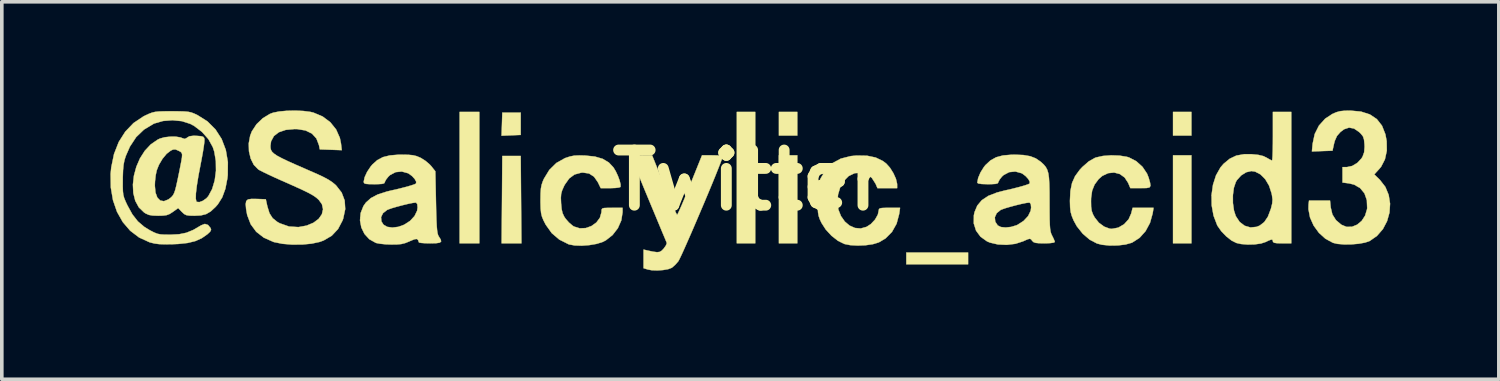
<source format=kicad_pcb>
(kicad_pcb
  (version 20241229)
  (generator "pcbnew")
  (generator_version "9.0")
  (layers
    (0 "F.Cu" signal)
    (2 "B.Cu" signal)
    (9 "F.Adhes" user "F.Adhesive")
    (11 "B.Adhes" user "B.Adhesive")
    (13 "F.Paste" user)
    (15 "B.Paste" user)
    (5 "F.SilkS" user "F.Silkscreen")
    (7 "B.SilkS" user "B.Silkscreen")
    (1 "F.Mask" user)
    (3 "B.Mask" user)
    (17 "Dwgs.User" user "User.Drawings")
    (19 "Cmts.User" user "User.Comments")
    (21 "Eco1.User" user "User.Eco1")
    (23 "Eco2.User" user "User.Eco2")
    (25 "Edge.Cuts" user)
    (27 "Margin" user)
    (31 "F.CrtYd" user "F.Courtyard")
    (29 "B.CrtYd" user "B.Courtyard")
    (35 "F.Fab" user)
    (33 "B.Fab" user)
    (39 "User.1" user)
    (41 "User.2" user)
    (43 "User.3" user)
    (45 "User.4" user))
  (footprint "Twitter"
    (layer "F.Cu")
    (at 17.627 1.928)
    (property "Reference" "Twitter" (at 0 0 0) (layer "F.SilkS") (effects (font (size 1.524 1.524) (thickness 0.3))))
    (attr through_hole)
    (fp_poly (pts (xy -7.439 1.742) (xy -7.983 1.742) (xy -7.983 -1.887) (xy -7.439 -1.887) (xy -7.439 1.742)) (stroke (width 0.01) (type solid)) (fill yes) (layer "F.SilkS"))
    (fp_poly (pts (xy 0.181 1.742) (xy -0.327 1.742) (xy -0.327 -1.887) (xy 0.181 -1.887) (xy 0.181 1.742)) (stroke (width 0.01) (type solid)) (fill yes) (layer "F.SilkS"))
    (fp_poly (pts (xy 1.343 -1.234) (xy 0.835 -1.234) (xy 0.835 -1.887) (xy 1.343 -1.887) (xy 1.343 -1.234)) (stroke (width 0.01) (type solid)) (fill yes) (layer "F.SilkS"))
    (fp_poly (pts (xy 1.343 1.742) (xy 0.835 1.742) (xy 0.835 -0.689) (xy 1.343 -0.689) (xy 1.343 1.742)) (stroke (width 0.01) (type solid)) (fill yes) (layer "F.SilkS"))
    (fp_poly (pts (xy 6.06 2.322) (xy 4.354 2.322) (xy 4.354 1.996) (xy 6.06 1.996) (xy 6.06 2.322)) (stroke (width 0.01) (type solid)) (fill yes) (layer "F.SilkS"))
    (fp_poly (pts (xy 12.228 -1.234) (xy 11.72 -1.234) (xy 11.72 -1.887) (xy 12.228 -1.887) (xy 12.228 -1.234)) (stroke (width 0.01) (type solid)) (fill yes) (layer "F.SilkS"))
    (fp_poly (pts (xy 12.228 1.742) (xy 11.72 1.742) (xy 11.72 -0.689) (xy 12.228 -0.689) (xy 12.228 1.742)) (stroke (width 0.01) (type solid)) (fill yes) (layer "F.SilkS"))
    (fp_poly (pts (xy -6.296 -1.252) (xy -6.56 -1.241) (xy -6.825 -1.23) (xy -6.814 -1.55) (xy -6.804 -1.869) (xy -6.296 -1.869) (xy -6.296 -1.252)) (stroke (width 0.01) (type solid)) (fill yes) (layer "F.SilkS"))
    (fp_poly (pts (xy -6.286 0.535) (xy -6.276 1.742) (xy -6.823 1.742) (xy -6.813 0.535) (xy -6.804 -0.671) (xy -6.296 -0.671) (xy -6.286 0.535)) (stroke (width 0.01) (type solid)) (fill yes) (layer "F.SilkS"))
    (fp_poly (pts (xy 3.269 -0.677) (xy 3.508 -0.627) (xy 3.708 -0.53) (xy 3.801 -0.459) (xy 3.904 -0.343) (xy 3.997 -0.194) (xy 4.067 -0.039) (xy 4.099 0.098) (xy 4.1 0.118) (xy 4.1 0.218) (xy 3.557 0.218) (xy 3.507 0.1) (xy 3.403 -0.063) (xy 3.259 -0.168) (xy 3.111 -0.208) (xy 2.927 -0.195) (xy 2.763 -0.117) (xy 2.626 0.021) (xy 2.523 0.212) (xy 2.469 0.392) (xy 2.449 0.611) (xy 2.478 0.813) (xy 2.55 0.992) (xy 2.655 1.141) (xy 2.786 1.252) (xy 2.935 1.318) (xy 3.094 1.332) (xy 3.256 1.287) (xy 3.375 1.21) (xy 3.49 1.087) (xy 3.567 0.951) (xy 3.592 0.836) (xy 3.598 0.8) (xy 3.624 0.777) (xy 3.686 0.766) (xy 3.798 0.762) (xy 3.887 0.762) (xy 4.181 0.762) (xy 4.156 0.934) (xy 4.085 1.2) (xy 3.958 1.426) (xy 3.78 1.606) (xy 3.594 1.716) (xy 3.433 1.765) (xy 3.229 1.795) (xy 3.01 1.804) (xy 2.804 1.792) (xy 2.644 1.76) (xy 2.467 1.673) (xy 2.289 1.534) (xy 2.13 1.362) (xy 2.009 1.174) (xy 2.007 1.168) (xy 1.962 1.072) (xy 1.933 0.986) (xy 1.916 0.891) (xy 1.907 0.768) (xy 1.905 0.597) (xy 1.905 0.544) (xy 1.907 0.352) (xy 1.915 0.212) (xy 1.931 0.107) (xy 1.958 0.017) (xy 1.989 -0.054) (xy 2.132 -0.292) (xy 2.316 -0.473) (xy 2.545 -0.597) (xy 2.821 -0.667) (xy 2.98 -0.682) (xy 3.269 -0.677)) (stroke (width 0.01) (type solid)) (fill yes) (layer "F.SilkS"))
    (fp_poly (pts (xy 10.241 -0.68) (xy 10.445 -0.647) (xy 10.505 -0.629) (xy 10.704 -0.526) (xy 10.876 -0.371) (xy 11.003 -0.181) (xy 11.047 -0.069) (xy 11.086 0.07) (xy 11.097 0.155) (xy 11.069 0.199) (xy 10.991 0.215) (xy 10.852 0.217) (xy 10.822 0.217) (xy 10.541 0.217) (xy 10.481 0.074) (xy 10.384 -0.076) (xy 10.25 -0.172) (xy 10.094 -0.213) (xy 9.928 -0.196) (xy 9.768 -0.121) (xy 9.665 -0.031) (xy 9.553 0.12) (xy 9.486 0.286) (xy 9.457 0.488) (xy 9.455 0.581) (xy 9.458 0.736) (xy 9.474 0.847) (xy 9.51 0.944) (xy 9.554 1.025) (xy 9.669 1.171) (xy 9.814 1.279) (xy 9.968 1.337) (xy 10.029 1.343) (xy 10.208 1.309) (xy 10.369 1.215) (xy 10.495 1.076) (xy 10.565 0.917) (xy 10.604 0.762) (xy 11.182 0.762) (xy 11.157 0.916) (xy 11.084 1.177) (xy 10.961 1.406) (xy 10.796 1.59) (xy 10.597 1.718) (xy 10.577 1.727) (xy 10.406 1.775) (xy 10.195 1.8) (xy 9.97 1.803) (xy 9.76 1.782) (xy 9.621 1.747) (xy 9.417 1.64) (xy 9.226 1.476) (xy 9.063 1.271) (xy 8.975 1.111) (xy 8.924 0.987) (xy 8.893 0.876) (xy 8.878 0.75) (xy 8.873 0.582) (xy 8.873 0.562) (xy 8.886 0.295) (xy 8.931 0.076) (xy 9.014 -0.111) (xy 9.141 -0.285) (xy 9.216 -0.366) (xy 9.392 -0.52) (xy 9.558 -0.615) (xy 9.595 -0.629) (xy 9.784 -0.671) (xy 10.01 -0.688) (xy 10.241 -0.68)) (stroke (width 0.01) (type solid)) (fill yes) (layer "F.SilkS"))
    (fp_poly (pts (xy -0.86 -0.686) (xy -0.772 -0.676) (xy -0.732 -0.656) (xy -0.726 -0.637) (xy -0.74 -0.586) (xy -0.779 -0.478) (xy -0.841 -0.32) (xy -0.92 -0.122) (xy -1.014 0.108) (xy -1.119 0.36) (xy -1.231 0.627) (xy -1.347 0.899) (xy -1.462 1.169) (xy -1.573 1.427) (xy -1.677 1.664) (xy -1.769 1.872) (xy -1.846 2.042) (xy -1.905 2.166) (xy -1.941 2.234) (xy -1.946 2.241) (xy -2.028 2.334) (xy -2.113 2.409) (xy -2.125 2.418) (xy -2.222 2.455) (xy -2.365 2.48) (xy -2.526 2.491) (xy -2.679 2.485) (xy -2.785 2.465) (xy -2.903 2.429) (xy -2.903 1.915) (xy -2.803 1.938) (xy -2.641 1.973) (xy -2.532 1.987) (xy -2.458 1.979) (xy -2.402 1.946) (xy -2.346 1.887) (xy -2.345 1.886) (xy -2.287 1.804) (xy -2.261 1.741) (xy -2.263 1.728) (xy -2.28 1.686) (xy -2.322 1.585) (xy -2.386 1.433) (xy -2.467 1.238) (xy -2.562 1.009) (xy -2.669 0.753) (xy -2.754 0.549) (xy -2.867 0.278) (xy -2.97 0.027) (xy -3.06 -0.195) (xy -3.134 -0.381) (xy -3.189 -0.523) (xy -3.222 -0.612) (xy -3.229 -0.639) (xy -3.212 -0.666) (xy -3.151 -0.681) (xy -3.036 -0.688) (xy -2.948 -0.689) (xy -2.667 -0.688) (xy -2.335 0.137) (xy -2.242 0.364) (xy -2.157 0.567) (xy -2.084 0.736) (xy -2.026 0.863) (xy -1.989 0.938) (xy -1.975 0.955) (xy -1.955 0.921) (xy -1.912 0.828) (xy -1.849 0.687) (xy -1.773 0.506) (xy -1.685 0.295) (xy -1.618 0.129) (xy -1.288 -0.689) (xy -1.007 -0.689) (xy -0.86 -0.686)) (stroke (width 0.01) (type solid)) (fill yes) (layer "F.SilkS"))
    (fp_poly (pts (xy 14.986 1.742) (xy 14.732 1.742) (xy 14.594 1.739) (xy 14.515 1.727) (xy 14.482 1.704) (xy 14.478 1.687) (xy 14.469 1.646) (xy 14.434 1.638) (xy 14.36 1.665) (xy 14.278 1.705) (xy 14.149 1.747) (xy 13.975 1.771) (xy 13.782 1.776) (xy 13.598 1.761) (xy 13.47 1.732) (xy 13.335 1.664) (xy 13.189 1.549) (xy 13.054 1.409) (xy 12.951 1.262) (xy 12.938 1.238) (xy 12.839 0.978) (xy 12.788 0.695) (xy 12.784 0.413) (xy 13.373 0.413) (xy 13.374 0.63) (xy 13.403 0.836) (xy 13.452 0.988) (xy 13.558 1.15) (xy 13.698 1.257) (xy 13.859 1.304) (xy 14.029 1.287) (xy 14.114 1.252) (xy 14.239 1.156) (xy 14.34 1.007) (xy 14.42 0.796) (xy 14.425 0.782) (xy 14.459 0.643) (xy 14.468 0.533) (xy 14.452 0.412) (xy 14.443 0.366) (xy 14.373 0.15) (xy 14.267 -0.029) (xy 14.135 -0.162) (xy 13.986 -0.239) (xy 13.884 -0.254) (xy 13.741 -0.221) (xy 13.601 -0.133) (xy 13.485 -0.004) (xy 13.454 0.049) (xy 13.4 0.21) (xy 13.373 0.413) (xy 12.784 0.413) (xy 12.784 0.405) (xy 12.824 0.124) (xy 12.907 -0.135) (xy 13.032 -0.356) (xy 13.116 -0.454) (xy 13.286 -0.594) (xy 13.469 -0.681) (xy 13.683 -0.719) (xy 13.891 -0.719) (xy 14.078 -0.7) (xy 14.214 -0.667) (xy 14.304 -0.623) (xy 14.389 -0.574) (xy 14.447 -0.546) (xy 14.455 -0.544) (xy 14.462 -0.579) (xy 14.469 -0.674) (xy 14.474 -0.82) (xy 14.477 -1.004) (xy 14.478 -1.216) (xy 14.478 -1.887) (xy 14.986 -1.887) (xy 14.986 1.742)) (stroke (width 0.01) (type solid)) (fill yes) (layer "F.SilkS"))
    (fp_poly (pts (xy -4.518 -0.682) (xy -4.247 -0.654) (xy -4.032 -0.591) (xy -3.863 -0.49) (xy -3.734 -0.352) (xy -3.67 -0.246) (xy -3.611 -0.119) (xy -3.564 0.008) (xy -3.538 0.116) (xy -3.539 0.182) (xy -3.541 0.186) (xy -3.584 0.201) (xy -3.68 0.213) (xy -3.809 0.218) (xy -3.823 0.218) (xy -4.086 0.218) (xy -4.164 0.056) (xy -4.271 -0.098) (xy -4.409 -0.187) (xy -4.581 -0.212) (xy -4.629 -0.208) (xy -4.809 -0.159) (xy -4.956 -0.051) (xy -5.078 0.121) (xy -5.101 0.165) (xy -5.152 0.28) (xy -5.179 0.377) (xy -5.187 0.487) (xy -5.181 0.638) (xy -5.166 0.796) (xy -5.14 0.909) (xy -5.096 1.003) (xy -5.058 1.06) (xy -4.967 1.165) (xy -4.863 1.254) (xy -4.826 1.278) (xy -4.667 1.328) (xy -4.5 1.321) (xy -4.342 1.265) (xy -4.206 1.167) (xy -4.109 1.037) (xy -4.065 0.883) (xy -4.064 0.855) (xy -4.061 0.809) (xy -4.043 0.781) (xy -3.994 0.767) (xy -3.899 0.763) (xy -3.774 0.762) (xy -3.483 0.762) (xy -3.483 0.883) (xy -3.518 1.109) (xy -3.614 1.325) (xy -3.76 1.514) (xy -3.946 1.66) (xy -4.035 1.705) (xy -4.2 1.757) (xy -4.399 1.791) (xy -4.608 1.807) (xy -4.802 1.801) (xy -4.956 1.773) (xy -4.975 1.767) (xy -5.231 1.638) (xy -5.439 1.46) (xy -5.606 1.226) (xy -5.67 1.101) (xy -5.709 1.004) (xy -5.733 0.904) (xy -5.745 0.781) (xy -5.75 0.612) (xy -5.75 0.544) (xy -5.747 0.361) (xy -5.738 0.229) (xy -5.718 0.125) (xy -5.685 0.028) (xy -5.654 -0.042) (xy -5.505 -0.286) (xy -5.311 -0.477) (xy -5.076 -0.609) (xy -5.057 -0.616) (xy -4.932 -0.657) (xy -4.815 -0.68) (xy -4.676 -0.686) (xy -4.518 -0.682)) (stroke (width 0.01) (type solid)) (fill yes) (layer "F.SilkS"))
    (fp_poly (pts (xy 16.911 -1.896) (xy 17.155 -1.818) (xy 17.349 -1.688) (xy 17.492 -1.505) (xy 17.585 -1.269) (xy 17.62 -1.081) (xy 17.624 -0.816) (xy 17.572 -0.577) (xy 17.468 -0.375) (xy 17.416 -0.312) (xy 17.278 -0.161) (xy 17.434 -0.009) (xy 17.584 0.184) (xy 17.676 0.407) (xy 17.714 0.647) (xy 17.698 0.892) (xy 17.631 1.13) (xy 17.516 1.349) (xy 17.353 1.536) (xy 17.152 1.677) (xy 17.022 1.722) (xy 16.843 1.754) (xy 16.641 1.771) (xy 16.438 1.772) (xy 16.258 1.757) (xy 16.138 1.728) (xy 15.93 1.616) (xy 15.749 1.452) (xy 15.603 1.251) (xy 15.504 1.029) (xy 15.46 0.799) (xy 15.463 0.671) (xy 15.476 0.562) (xy 16.056 0.562) (xy 16.075 0.751) (xy 16.121 0.945) (xy 16.22 1.102) (xy 16.368 1.228) (xy 16.512 1.288) (xy 16.662 1.285) (xy 16.805 1.227) (xy 16.931 1.122) (xy 17.025 0.977) (xy 17.078 0.8) (xy 17.082 0.769) (xy 17.073 0.548) (xy 17.007 0.361) (xy 16.887 0.216) (xy 16.72 0.12) (xy 16.583 0.087) (xy 16.401 0.063) (xy 16.401 -0.363) (xy 16.523 -0.363) (xy 16.669 -0.395) (xy 16.812 -0.481) (xy 16.927 -0.605) (xy 16.956 -0.654) (xy 16.999 -0.774) (xy 17.011 -0.922) (xy 17.008 -0.994) (xy 16.995 -1.122) (xy 16.968 -1.208) (xy 16.913 -1.28) (xy 16.862 -1.33) (xy 16.719 -1.428) (xy 16.581 -1.454) (xy 16.443 -1.408) (xy 16.343 -1.332) (xy 16.247 -1.222) (xy 16.187 -1.087) (xy 16.168 -1.015) (xy 16.124 -0.816) (xy 15.84 -0.806) (xy 15.556 -0.795) (xy 15.576 -1.008) (xy 15.633 -1.276) (xy 15.75 -1.509) (xy 15.922 -1.7) (xy 16.119 -1.83) (xy 16.229 -1.878) (xy 16.335 -1.907) (xy 16.463 -1.92) (xy 16.617 -1.923) (xy 16.911 -1.896)) (stroke (width 0.01) (type solid)) (fill yes) (layer "F.SilkS"))
    (fp_poly (pts (xy -12.299 -1.913) (xy -12.105 -1.888) (xy -12.021 -1.868) (xy -11.766 -1.76) (xy -11.555 -1.602) (xy -11.394 -1.402) (xy -11.291 -1.17) (xy -11.26 -1.018) (xy -11.238 -0.831) (xy -11.541 -0.842) (xy -11.845 -0.853) (xy -11.868 -0.97) (xy -11.938 -1.153) (xy -12.061 -1.288) (xy -12.239 -1.375) (xy -12.469 -1.413) (xy -12.544 -1.414) (xy -12.786 -1.391) (xy -12.976 -1.326) (xy -13.112 -1.221) (xy -13.19 -1.078) (xy -13.208 -0.949) (xy -13.205 -0.887) (xy -13.191 -0.833) (xy -13.16 -0.782) (xy -13.104 -0.731) (xy -13.018 -0.673) (xy -12.893 -0.607) (xy -12.724 -0.526) (xy -12.503 -0.427) (xy -12.224 -0.305) (xy -12.139 -0.268) (xy -11.908 -0.167) (xy -11.733 -0.084) (xy -11.602 -0.013) (xy -11.502 0.053) (xy -11.42 0.12) (xy -11.394 0.145) (xy -11.241 0.341) (xy -11.158 0.559) (xy -11.143 0.798) (xy -11.198 1.058) (xy -11.217 1.111) (xy -11.341 1.347) (xy -11.515 1.532) (xy -11.739 1.663) (xy -11.848 1.703) (xy -12.071 1.751) (xy -12.335 1.776) (xy -12.613 1.777) (xy -12.878 1.755) (xy -13.104 1.709) (xy -13.125 1.703) (xy -13.39 1.586) (xy -13.6 1.423) (xy -13.753 1.215) (xy -13.85 0.961) (xy -13.88 0.795) (xy -13.891 0.66) (xy -13.877 0.575) (xy -13.828 0.53) (xy -13.73 0.515) (xy -13.572 0.517) (xy -13.572 0.517) (xy -13.336 0.526) (xy -13.293 0.723) (xy -13.235 0.911) (xy -13.148 1.047) (xy -13.018 1.151) (xy -12.949 1.189) (xy -12.696 1.278) (xy -12.434 1.294) (xy -12.209 1.253) (xy -12.018 1.173) (xy -11.875 1.065) (xy -11.787 0.938) (xy -11.755 0.8) (xy -11.786 0.662) (xy -11.87 0.545) (xy -11.923 0.496) (xy -11.983 0.45) (xy -12.06 0.401) (xy -12.163 0.345) (xy -12.3 0.278) (xy -12.481 0.195) (xy -12.714 0.09) (xy -12.881 0.017) (xy -13.076 -0.07) (xy -13.254 -0.153) (xy -13.402 -0.224) (xy -13.506 -0.277) (xy -13.544 -0.3) (xy -13.667 -0.425) (xy -13.753 -0.598) (xy -13.801 -0.801) (xy -13.807 -1.017) (xy -13.768 -1.229) (xy -13.722 -1.349) (xy -13.593 -1.546) (xy -13.419 -1.713) (xy -13.221 -1.833) (xy -13.132 -1.866) (xy -12.966 -1.899) (xy -12.755 -1.918) (xy -12.524 -1.923) (xy -12.299 -1.913)) (stroke (width 0.01) (type solid)) (fill yes) (layer "F.SilkS"))
    (fp_poly (pts (xy -9.402 -0.703) (xy -9.275 -0.691) (xy -9.174 -0.667) (xy -9.076 -0.626) (xy -9.054 -0.616) (xy -8.926 -0.535) (xy -8.807 -0.433) (xy -8.765 -0.387) (xy -8.654 -0.247) (xy -8.636 0.611) (xy -8.63 0.889) (xy -8.623 1.104) (xy -8.615 1.265) (xy -8.605 1.381) (xy -8.593 1.462) (xy -8.577 1.517) (xy -8.557 1.556) (xy -8.554 1.559) (xy -8.504 1.64) (xy -8.494 1.693) (xy -8.533 1.724) (xy -8.628 1.738) (xy -8.788 1.742) (xy -8.799 1.742) (xy -8.939 1.739) (xy -9.046 1.731) (xy -9.103 1.72) (xy -9.108 1.714) (xy -9.126 1.662) (xy -9.138 1.641) (xy -9.171 1.621) (xy -9.234 1.631) (xy -9.342 1.675) (xy -9.365 1.686) (xy -9.483 1.734) (xy -9.595 1.762) (xy -9.73 1.774) (xy -9.87 1.775) (xy -10.029 1.769) (xy -10.175 1.754) (xy -10.282 1.734) (xy -10.298 1.729) (xy -10.477 1.629) (xy -10.611 1.483) (xy -10.698 1.304) (xy -10.734 1.107) (xy -10.726 1.019) (xy -10.153 1.019) (xy -10.143 1.136) (xy -10.086 1.227) (xy -9.984 1.287) (xy -9.842 1.307) (xy -9.677 1.287) (xy -9.518 1.23) (xy -9.352 1.123) (xy -9.228 0.989) (xy -9.157 0.842) (xy -9.144 0.754) (xy -9.153 0.658) (xy -9.184 0.62) (xy -9.203 0.617) (xy -9.282 0.627) (xy -9.409 0.653) (xy -9.562 0.69) (xy -9.72 0.732) (xy -9.86 0.773) (xy -9.961 0.809) (xy -9.984 0.819) (xy -10.099 0.909) (xy -10.153 1.019) (xy -10.726 1.019) (xy -10.716 0.906) (xy -10.64 0.714) (xy -10.571 0.616) (xy -10.434 0.493) (xy -10.244 0.393) (xy -9.995 0.313) (xy -9.888 0.287) (xy -9.677 0.239) (xy -9.489 0.191) (xy -9.336 0.148) (xy -9.23 0.113) (xy -9.187 0.091) (xy -9.182 0.041) (xy -9.222 -0.033) (xy -9.293 -0.112) (xy -9.382 -0.179) (xy -9.408 -0.194) (xy -9.58 -0.241) (xy -9.751 -0.224) (xy -9.903 -0.144) (xy -9.95 -0.101) (xy -10.014 -0.02) (xy -10.049 0.046) (xy -10.051 0.058) (xy -10.068 0.085) (xy -10.127 0.101) (xy -10.24 0.108) (xy -10.341 0.109) (xy -10.487 0.107) (xy -10.574 0.1) (xy -10.617 0.083) (xy -10.631 0.055) (xy -10.632 0.041) (xy -10.606 -0.083) (xy -10.538 -0.231) (xy -10.439 -0.379) (xy -10.393 -0.434) (xy -10.258 -0.555) (xy -10.101 -0.638) (xy -9.908 -0.686) (xy -9.665 -0.706) (xy -9.579 -0.706) (xy -9.402 -0.703)) (stroke (width 0.01) (type solid)) (fill yes) (layer "F.SilkS"))
    (fp_poly (pts (xy 7.589 -0.696) (xy 7.777 -0.663) (xy 7.929 -0.604) (xy 8.063 -0.512) (xy 8.082 -0.496) (xy 8.152 -0.43) (xy 8.206 -0.364) (xy 8.246 -0.289) (xy 8.275 -0.193) (xy 8.293 -0.066) (xy 8.303 0.102) (xy 8.308 0.32) (xy 8.309 0.601) (xy 8.309 0.625) (xy 8.31 0.885) (xy 8.312 1.083) (xy 8.317 1.23) (xy 8.325 1.337) (xy 8.337 1.415) (xy 8.354 1.474) (xy 8.377 1.525) (xy 8.382 1.533) (xy 8.427 1.626) (xy 8.453 1.693) (xy 8.455 1.705) (xy 8.421 1.723) (xy 8.328 1.736) (xy 8.19 1.742) (xy 8.166 1.742) (xy 8.017 1.739) (xy 7.923 1.729) (xy 7.866 1.708) (xy 7.829 1.672) (xy 7.827 1.668) (xy 7.796 1.629) (xy 7.762 1.616) (xy 7.706 1.63) (xy 7.607 1.673) (xy 7.58 1.686) (xy 7.367 1.755) (xy 7.127 1.784) (xy 6.884 1.773) (xy 6.665 1.722) (xy 6.584 1.688) (xy 6.404 1.56) (xy 6.28 1.392) (xy 6.217 1.193) (xy 6.219 1.023) (xy 6.798 1.023) (xy 6.81 1.145) (xy 6.879 1.249) (xy 6.966 1.292) (xy 7.096 1.305) (xy 7.247 1.289) (xy 7.396 1.244) (xy 7.427 1.23) (xy 7.593 1.123) (xy 7.718 0.989) (xy 7.789 0.842) (xy 7.801 0.754) (xy 7.792 0.658) (xy 7.761 0.62) (xy 7.743 0.617) (xy 7.663 0.627) (xy 7.536 0.653) (xy 7.383 0.69) (xy 7.226 0.732) (xy 7.086 0.773) (xy 6.985 0.809) (xy 6.961 0.819) (xy 6.85 0.909) (xy 6.798 1.023) (xy 6.219 1.023) (xy 6.219 0.972) (xy 6.238 0.881) (xy 6.314 0.7) (xy 6.438 0.552) (xy 6.616 0.433) (xy 6.855 0.34) (xy 7.058 0.287) (xy 7.269 0.239) (xy 7.457 0.191) (xy 7.61 0.148) (xy 7.715 0.113) (xy 7.759 0.091) (xy 7.764 0.041) (xy 7.723 -0.033) (xy 7.652 -0.112) (xy 7.564 -0.179) (xy 7.538 -0.194) (xy 7.366 -0.241) (xy 7.194 -0.224) (xy 7.042 -0.144) (xy 6.995 -0.101) (xy 6.931 -0.02) (xy 6.896 0.046) (xy 6.894 0.058) (xy 6.877 0.085) (xy 6.818 0.101) (xy 6.705 0.108) (xy 6.604 0.109) (xy 6.437 0.104) (xy 6.34 0.089) (xy 6.314 0.068) (xy 6.338 -0.062) (xy 6.403 -0.215) (xy 6.496 -0.364) (xy 6.538 -0.417) (xy 6.677 -0.546) (xy 6.834 -0.634) (xy 7.025 -0.685) (xy 7.264 -0.705) (xy 7.348 -0.706) (xy 7.589 -0.696)) (stroke (width 0.01) (type solid)) (fill yes) (layer "F.SilkS"))
    (fp_poly (pts (xy -15.729 -1.904) (xy -15.585 -1.9) (xy -15.479 -1.89) (xy -15.394 -1.872) (xy -15.315 -1.842) (xy -15.223 -1.799) (xy -15.222 -1.798) (xy -14.95 -1.627) (xy -14.727 -1.405) (xy -14.556 -1.14) (xy -14.441 -0.838) (xy -14.384 -0.503) (xy -14.387 -0.143) (xy -14.397 -0.054) (xy -14.453 0.236) (xy -14.539 0.471) (xy -14.659 0.663) (xy -14.725 0.738) (xy -14.858 0.861) (xy -14.984 0.935) (xy -15.129 0.971) (xy -15.304 0.98) (xy -15.441 0.977) (xy -15.528 0.964) (xy -15.591 0.933) (xy -15.651 0.877) (xy -15.655 0.874) (xy -15.756 0.768) (xy -15.903 0.874) (xy -15.991 0.931) (xy -16.074 0.963) (xy -16.179 0.977) (xy -16.307 0.98) (xy -16.459 0.975) (xy -16.565 0.957) (xy -16.651 0.919) (xy -16.697 0.89) (xy -16.842 0.75) (xy -16.941 0.568) (xy -16.995 0.354) (xy -17.005 0.147) (xy -16.401 0.147) (xy -16.383 0.34) (xy -16.332 0.479) (xy -16.252 0.56) (xy -16.15 0.579) (xy -16.029 0.531) (xy -15.971 0.489) (xy -15.93 0.451) (xy -15.896 0.409) (xy -15.867 0.352) (xy -15.838 0.269) (xy -15.808 0.151) (xy -15.772 -0.014) (xy -15.726 -0.236) (xy -15.708 -0.327) (xy -15.673 -0.506) (xy -15.652 -0.628) (xy -15.647 -0.706) (xy -15.659 -0.753) (xy -15.688 -0.784) (xy -15.737 -0.811) (xy -15.748 -0.816) (xy -15.832 -0.852) (xy -15.9 -0.847) (xy -15.962 -0.818) (xy -16.076 -0.73) (xy -16.19 -0.592) (xy -16.288 -0.426) (xy -16.348 -0.275) (xy -16.377 -0.138) (xy -16.396 0.028) (xy -16.401 0.147) (xy -17.005 0.147) (xy -17.006 0.119) (xy -16.978 -0.126) (xy -16.912 -0.371) (xy -16.812 -0.603) (xy -16.678 -0.813) (xy -16.513 -0.99) (xy -16.321 -1.122) (xy -16.257 -1.152) (xy -16.13 -1.187) (xy -15.974 -1.204) (xy -15.818 -1.203) (xy -15.69 -1.182) (xy -15.647 -1.165) (xy -15.574 -1.141) (xy -15.518 -1.169) (xy -15.507 -1.179) (xy -15.443 -1.215) (xy -15.337 -1.228) (xy -15.245 -1.226) (xy -15.128 -1.217) (xy -15.065 -1.2) (xy -15.038 -1.166) (xy -15.03 -1.124) (xy -15.033 -1.058) (xy -15.049 -0.935) (xy -15.075 -0.771) (xy -15.11 -0.58) (xy -15.131 -0.471) (xy -15.197 -0.124) (xy -15.242 0.154) (xy -15.267 0.365) (xy -15.27 0.508) (xy -15.254 0.585) (xy -15.243 0.597) (xy -15.17 0.604) (xy -15.074 0.568) (xy -14.978 0.5) (xy -14.925 0.442) (xy -14.819 0.246) (xy -14.747 0.005) (xy -14.712 -0.262) (xy -14.716 -0.533) (xy -14.759 -0.79) (xy -14.8 -0.916) (xy -14.921 -1.135) (xy -15.098 -1.335) (xy -15.312 -1.498) (xy -15.421 -1.557) (xy -15.653 -1.632) (xy -15.913 -1.658) (xy -16.175 -1.637) (xy -16.412 -1.569) (xy -16.439 -1.557) (xy -16.701 -1.399) (xy -16.917 -1.191) (xy -17.09 -0.928) (xy -17.204 -0.668) (xy -17.241 -0.55) (xy -17.265 -0.425) (xy -17.279 -0.273) (xy -17.286 -0.073) (xy -17.286 -0.018) (xy -17.287 0.168) (xy -17.283 0.301) (xy -17.272 0.402) (xy -17.248 0.49) (xy -17.209 0.586) (xy -17.158 0.694) (xy -17.021 0.943) (xy -16.87 1.136) (xy -16.69 1.289) (xy -16.538 1.382) (xy -16.425 1.44) (xy -16.334 1.477) (xy -16.24 1.496) (xy -16.119 1.503) (xy -15.966 1.504) (xy -15.729 1.491) (xy -15.528 1.45) (xy -15.336 1.371) (xy -15.125 1.247) (xy -15.122 1.245) (xy -15.019 1.206) (xy -14.932 1.235) (xy -14.861 1.321) (xy -14.847 1.369) (xy -14.875 1.422) (xy -14.949 1.491) (xy -15.106 1.601) (xy -15.283 1.68) (xy -15.496 1.732) (xy -15.757 1.76) (xy -15.911 1.766) (xy -16.122 1.769) (xy -16.28 1.764) (xy -16.405 1.748) (xy -16.517 1.721) (xy -16.553 1.71) (xy -16.837 1.58) (xy -17.082 1.393) (xy -17.286 1.155) (xy -17.445 0.873) (xy -17.556 0.553) (xy -17.616 0.202) (xy -17.622 -0.174) (xy -17.605 -0.352) (xy -17.528 -0.724) (xy -17.398 -1.056) (xy -17.217 -1.342) (xy -16.99 -1.579) (xy -16.719 -1.761) (xy -16.664 -1.789) (xy -16.562 -1.836) (xy -16.477 -1.868) (xy -16.392 -1.888) (xy -16.289 -1.899) (xy -16.15 -1.904) (xy -15.959 -1.905) (xy -15.929 -1.905) (xy -15.729 -1.904)) (stroke (width 0.01) (type solid)) (fill yes) (layer "F.SilkS")))
  (gr_rect
    (start -3 -3)
    (end 38.345 7.424)
    (stroke (width 0.1) (type default))
    (fill no)
    (layer "Edge.Cuts")))
</source>
